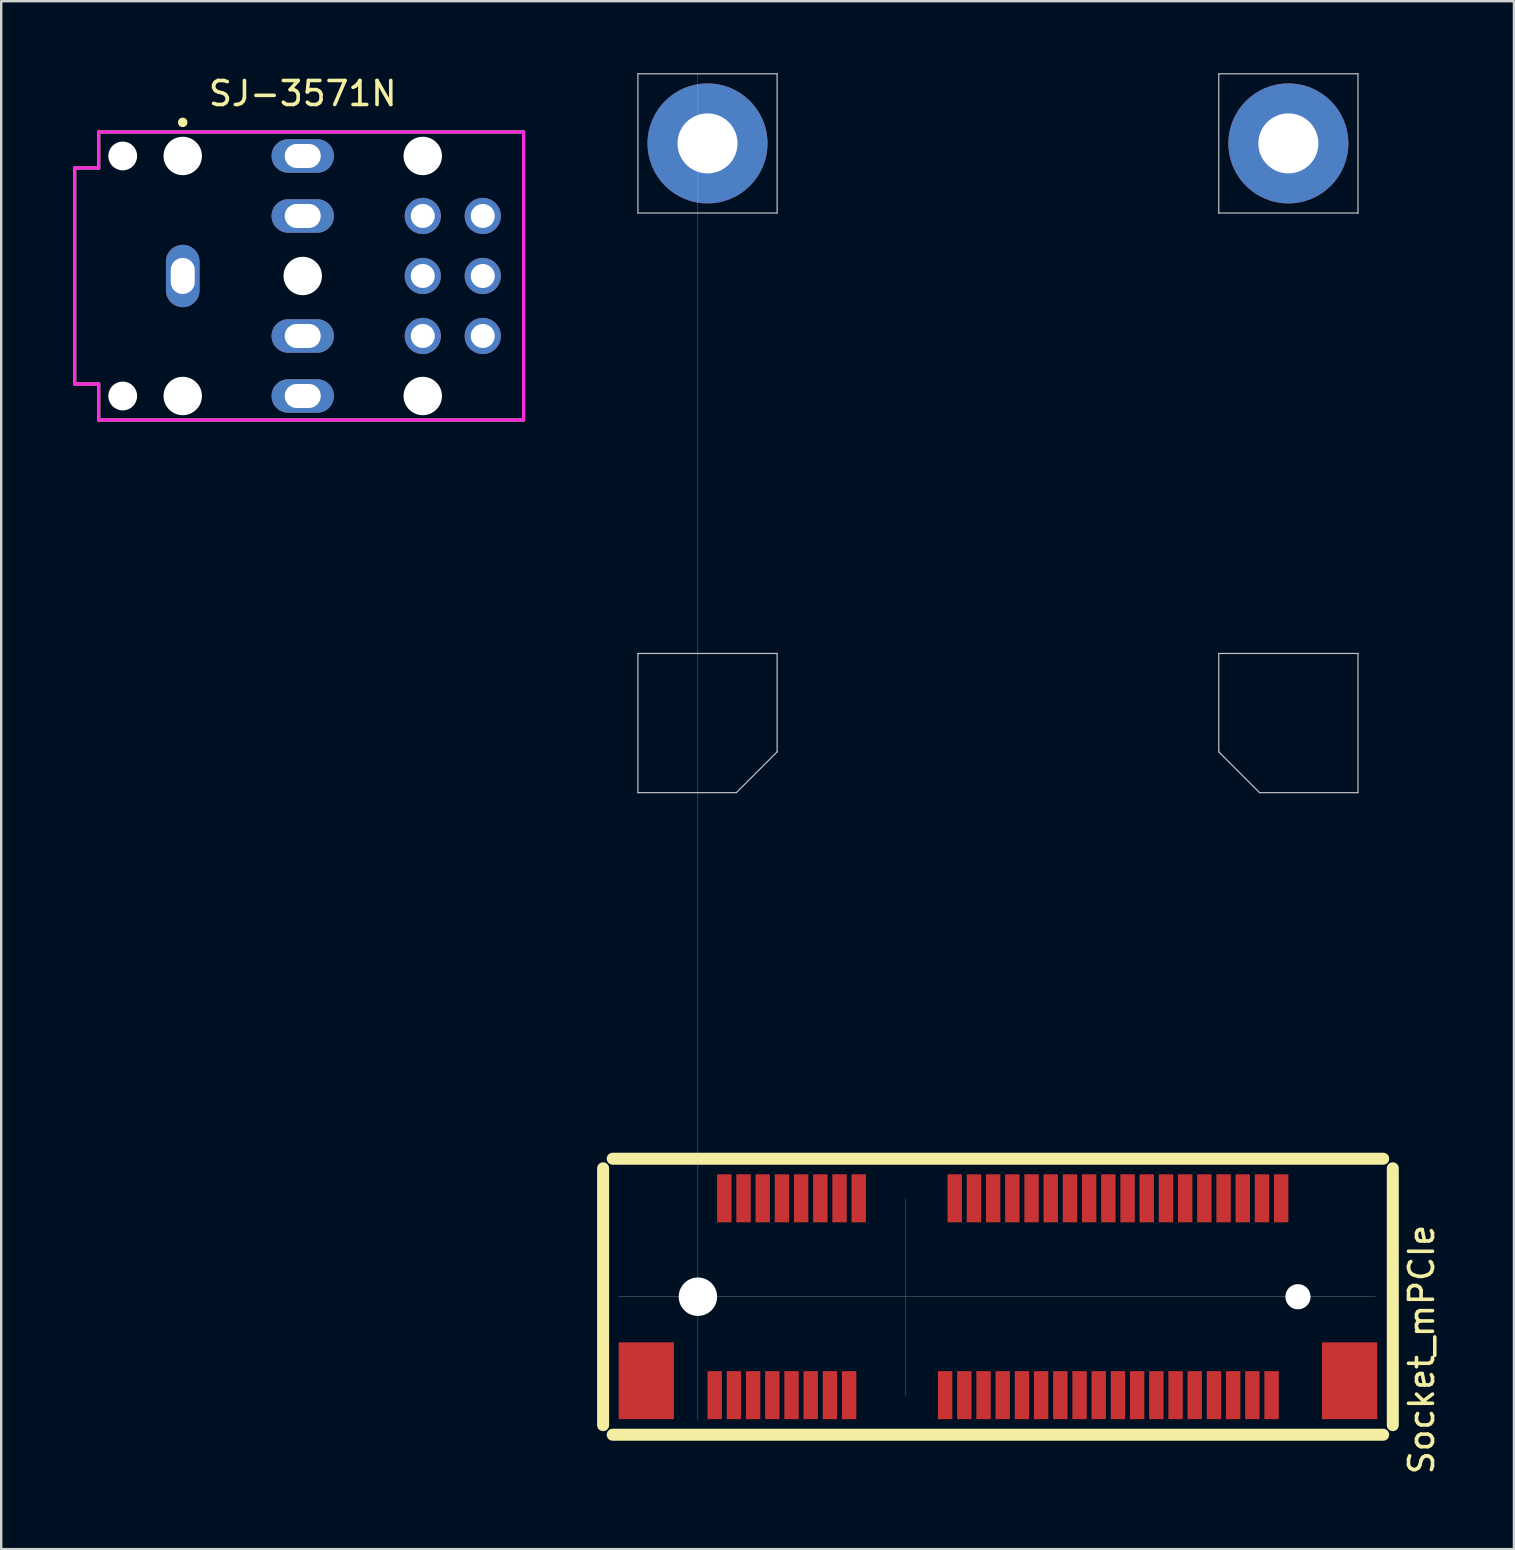
<source format=kicad_pcb>
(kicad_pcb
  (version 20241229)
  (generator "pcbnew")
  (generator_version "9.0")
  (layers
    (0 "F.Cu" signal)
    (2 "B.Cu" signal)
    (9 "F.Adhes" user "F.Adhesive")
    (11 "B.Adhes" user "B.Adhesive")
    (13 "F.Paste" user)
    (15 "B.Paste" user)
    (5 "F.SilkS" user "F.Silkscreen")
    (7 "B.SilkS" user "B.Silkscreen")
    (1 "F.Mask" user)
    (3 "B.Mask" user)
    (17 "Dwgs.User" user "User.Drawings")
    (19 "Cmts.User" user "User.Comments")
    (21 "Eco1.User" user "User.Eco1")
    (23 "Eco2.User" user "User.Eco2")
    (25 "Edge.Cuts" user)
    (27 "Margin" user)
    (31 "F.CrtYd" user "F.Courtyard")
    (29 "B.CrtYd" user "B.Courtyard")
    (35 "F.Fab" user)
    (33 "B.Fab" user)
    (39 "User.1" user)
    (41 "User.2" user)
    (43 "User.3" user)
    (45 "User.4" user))
  (footprint "Socket_mPCIe"
    (layer "F.Cu")
    (at 26.027 50.975)
    (property "Reference" "Socket_mPCIe" (at 30.15 2.2 90) (layer "F.SilkS") (effects (font (size 1 1) (thickness 0.15))))
    (attr through_hole)
    (fp_line (start -3.95 -5.35) (end -3.95 5.35) (stroke (width 0.5) (type solid)) (layer "F.SilkS"))
    (fp_line (start -3.55 5.75) (end 28.55 5.75) (stroke (width 0.5) (type solid)) (layer "F.SilkS"))
    (fp_line (start 28.55 -5.75) (end -3.55 -5.75) (stroke (width 0.5) (type solid)) (layer "F.SilkS"))
    (fp_line (start 28.95 5.35) (end 28.95 -5.35) (stroke (width 0.5) (type solid)) (layer "F.SilkS"))
    (fp_line (start -3.3 0) (end 28.225 0) (stroke (width 0.01) (type solid)) (layer "Dwgs.User"))
    (fp_line (start -2.5 -50.95) (end -2.5 -45.15) (stroke (width 0.05) (type solid)) (layer "Dwgs.User"))
    (fp_line (start -2.5 -50.95) (end 3.3 -50.95) (stroke (width 0.05) (type solid)) (layer "Dwgs.User"))
    (fp_line (start -2.5 -45.15) (end 3.3 -45.15) (stroke (width 0.05) (type solid)) (layer "Dwgs.User"))
    (fp_line (start -2.5 -26.8) (end -2.5 -21) (stroke (width 0.05) (type solid)) (layer "Dwgs.User"))
    (fp_line (start -2.5 -21) (end 1.6 -21) (stroke (width 0.05) (type solid)) (layer "Dwgs.User"))
    (fp_line (start 0 -50.95) (end 0 5.1) (stroke (width 0.01) (type solid)) (layer "Dwgs.User"))
    (fp_line (start 3.3 -50.95) (end 3.3 -45.15) (stroke (width 0.05) (type solid)) (layer "Dwgs.User"))
    (fp_line (start 3.3 -26.8) (end -2.5 -26.8) (stroke (width 0.05) (type solid)) (layer "Dwgs.User"))
    (fp_line (start 3.3 -22.7) (end 1.6 -21) (stroke (width 0.05) (type solid)) (layer "Dwgs.User"))
    (fp_line (start 3.3 -22.7) (end 3.3 -26.8) (stroke (width 0.05) (type solid)) (layer "Dwgs.User"))
    (fp_line (start 8.65 4.1) (end 8.65 -4.1) (stroke (width 0.01) (type solid)) (layer "Dwgs.User"))
    (fp_line (start 21.7 -50.95) (end 21.7 -45.15) (stroke (width 0.05) (type solid)) (layer "Dwgs.User"))
    (fp_line (start 21.7 -50.95) (end 27.5 -50.95) (stroke (width 0.05) (type solid)) (layer "Dwgs.User"))
    (fp_line (start 21.7 -45.15) (end 27.5 -45.15) (stroke (width 0.05) (type solid)) (layer "Dwgs.User"))
    (fp_line (start 21.7 -26.8) (end 27.5 -26.8) (stroke (width 0.05) (type solid)) (layer "Dwgs.User"))
    (fp_line (start 21.7 -22.7) (end 21.7 -26.8) (stroke (width 0.05) (type solid)) (layer "Dwgs.User"))
    (fp_line (start 21.7 -22.7) (end 23.4 -21) (stroke (width 0.05) (type solid)) (layer "Dwgs.User"))
    (fp_line (start 27.5 -50.95) (end 27.5 -45.15) (stroke (width 0.05) (type solid)) (layer "Dwgs.User"))
    (fp_line (start 27.5 -26.8) (end 27.5 -21) (stroke (width 0.05) (type solid)) (layer "Dwgs.User"))
    (fp_line (start 27.5 -21) (end 23.4 -21) (stroke (width 0.05) (type solid)) (layer "Dwgs.User"))
    (pad "" smd rect (at -2.15 3.5) (size 2.3 3.2) (layers "F.Cu" "F.Mask" "F.Paste"))
    (pad "" np_thru_hole circle (at 0 0) (size 1.6 1.6) (drill 1.6) (layers "*.Cu" "*.Mask"))
    (pad "" thru_hole circle (at 0.4 -48.05) (size 5 5) (drill 2.5) (layers "*.Cu" "*.Mask"))
    (pad "" thru_hole circle (at 24.6 -48.05) (size 5 5) (drill 2.5) (layers "*.Cu" "*.Mask"))
    (pad "" np_thru_hole circle (at 25 0) (size 1.05 1.05) (drill 1.05) (layers "*.Cu" "*.Mask"))
    (pad "" smd rect (at 27.15 3.5) (size 2.3 3.2) (layers "F.Cu" "F.Mask" "F.Paste"))
    (pad "1" smd rect (at 0.7 4.1) (size 0.6 2) (layers "F.Cu" "F.Mask" "F.Paste"))
    (pad "2" smd rect (at 1.1 -4.1) (size 0.6 2) (layers "F.Cu" "F.Mask" "F.Paste"))
    (pad "3" smd rect (at 1.5 4.1) (size 0.6 2) (layers "F.Cu" "F.Mask" "F.Paste"))
    (pad "4" smd rect (at 1.9 -4.1) (size 0.6 2) (layers "F.Cu" "F.Mask" "F.Paste"))
    (pad "5" smd rect (at 2.3 4.1) (size 0.6 2) (layers "F.Cu" "F.Mask" "F.Paste"))
    (pad "6" smd rect (at 2.7 -4.1) (size 0.6 2) (layers "F.Cu" "F.Mask" "F.Paste"))
    (pad "7" smd rect (at 3.1 4.1) (size 0.6 2) (layers "F.Cu" "F.Mask" "F.Paste"))
    (pad "8" smd rect (at 3.5 -4.1) (size 0.6 2) (layers "F.Cu" "F.Mask" "F.Paste"))
    (pad "9" smd rect (at 3.9 4.1) (size 0.6 2) (layers "F.Cu" "F.Mask" "F.Paste"))
    (pad "10" smd rect (at 4.3 -4.1) (size 0.6 2) (layers "F.Cu" "F.Mask" "F.Paste"))
    (pad "11" smd rect (at 4.7 4.1) (size 0.6 2) (layers "F.Cu" "F.Mask" "F.Paste"))
    (pad "12" smd rect (at 5.1 -4.1) (size 0.6 2) (layers "F.Cu" "F.Mask" "F.Paste"))
    (pad "13" smd rect (at 5.5 4.1) (size 0.6 2) (layers "F.Cu" "F.Mask" "F.Paste"))
    (pad "14" smd rect (at 5.9 -4.1) (size 0.6 2) (layers "F.Cu" "F.Mask" "F.Paste"))
    (pad "15" smd rect (at 6.3 4.1) (size 0.6 2) (layers "F.Cu" "F.Mask" "F.Paste"))
    (pad "16" smd rect (at 6.7 -4.1) (size 0.6 2) (layers "F.Cu" "F.Mask" "F.Paste"))
    (pad "17" smd rect (at 10.3 4.1) (size 0.6 2) (layers "F.Cu" "F.Mask" "F.Paste"))
    (pad "18" smd rect (at 10.7 -4.1) (size 0.6 2) (layers "F.Cu" "F.Mask" "F.Paste"))
    (pad "19" smd rect (at 11.1 4.1) (size 0.6 2) (layers "F.Cu" "F.Mask" "F.Paste"))
    (pad "20" smd rect (at 11.5 -4.1) (size 0.6 2) (layers "F.Cu" "F.Mask" "F.Paste"))
    (pad "21" smd rect (at 11.9 4.1) (size 0.6 2) (layers "F.Cu" "F.Mask" "F.Paste"))
    (pad "22" smd rect (at 12.3 -4.1) (size 0.6 2) (layers "F.Cu" "F.Mask" "F.Paste"))
    (pad "23" smd rect (at 12.7 4.1) (size 0.6 2) (layers "F.Cu" "F.Mask" "F.Paste"))
    (pad "24" smd rect (at 13.1 -4.1) (size 0.6 2) (layers "F.Cu" "F.Mask" "F.Paste"))
    (pad "25" smd rect (at 13.5 4.1) (size 0.6 2) (layers "F.Cu" "F.Mask" "F.Paste"))
    (pad "26" smd rect (at 13.9 -4.1) (size 0.6 2) (layers "F.Cu" "F.Mask" "F.Paste"))
    (pad "27" smd rect (at 14.3 4.1) (size 0.6 2) (layers "F.Cu" "F.Mask" "F.Paste"))
    (pad "28" smd rect (at 14.7 -4.1) (size 0.6 2) (layers "F.Cu" "F.Mask" "F.Paste"))
    (pad "29" smd rect (at 15.1 4.1) (size 0.6 2) (layers "F.Cu" "F.Mask" "F.Paste"))
    (pad "30" smd rect (at 15.5 -4.1) (size 0.6 2) (layers "F.Cu" "F.Mask" "F.Paste"))
    (pad "31" smd rect (at 15.9 4.1) (size 0.6 2) (layers "F.Cu" "F.Mask" "F.Paste"))
    (pad "32" smd rect (at 16.3 -4.1) (size 0.6 2) (layers "F.Cu" "F.Mask" "F.Paste"))
    (pad "33" smd rect (at 16.7 4.1) (size 0.6 2) (layers "F.Cu" "F.Mask" "F.Paste"))
    (pad "34" smd rect (at 17.1 -4.1) (size 0.6 2) (layers "F.Cu" "F.Mask" "F.Paste"))
    (pad "35" smd rect (at 17.5 4.1) (size 0.6 2) (layers "F.Cu" "F.Mask" "F.Paste"))
    (pad "36" smd rect (at 17.9 -4.1) (size 0.6 2) (layers "F.Cu" "F.Mask" "F.Paste"))
    (pad "37" smd rect (at 18.3 4.1) (size 0.6 2) (layers "F.Cu" "F.Mask" "F.Paste"))
    (pad "38" smd rect (at 18.7 -4.1) (size 0.6 2) (layers "F.Cu" "F.Mask" "F.Paste"))
    (pad "39" smd rect (at 19.1 4.1) (size 0.6 2) (layers "F.Cu" "F.Mask" "F.Paste"))
    (pad "40" smd rect (at 19.5 -4.1) (size 0.6 2) (layers "F.Cu" "F.Mask" "F.Paste"))
    (pad "41" smd rect (at 19.9 4.1) (size 0.6 2) (layers "F.Cu" "F.Mask" "F.Paste"))
    (pad "42" smd rect (at 20.3 -4.1) (size 0.6 2) (layers "F.Cu" "F.Mask" "F.Paste"))
    (pad "43" smd rect (at 20.7 4.1) (size 0.6 2) (layers "F.Cu" "F.Mask" "F.Paste"))
    (pad "44" smd rect (at 21.1 -4.1) (size 0.6 2) (layers "F.Cu" "F.Mask" "F.Paste"))
    (pad "45" smd rect (at 21.5 4.1) (size 0.6 2) (layers "F.Cu" "F.Mask" "F.Paste"))
    (pad "46" smd rect (at 21.9 -4.1) (size 0.6 2) (layers "F.Cu" "F.Mask" "F.Paste"))
    (pad "47" smd rect (at 22.3 4.1) (size 0.6 2) (layers "F.Cu" "F.Mask" "F.Paste"))
    (pad "48" smd rect (at 22.7 -4.1) (size 0.6 2) (layers "F.Cu" "F.Mask" "F.Paste"))
    (pad "49" smd rect (at 23.1 4.1) (size 0.6 2) (layers "F.Cu" "F.Mask" "F.Paste"))
    (pad "50" smd rect (at 23.5 -4.1) (size 0.6 2) (layers "F.Cu" "F.Mask" "F.Paste"))
    (pad "51" smd rect (at 23.9 4.1) (size 0.6 2) (layers "F.Cu" "F.Mask" "F.Paste"))
    (pad "52" smd rect (at 24.3 -4.1) (size 0.6 2) (layers "F.Cu" "F.Mask" "F.Paste")))
  (footprint "SJ-3571N"
    (layer "F.Cu")
    (at 9.563 8.448)
    (property "Reference" "SJ-3571N" (at 0 -7.6 0) (layer "F.SilkS") (effects (font (size 1 1) (thickness 0.15))))
    (attr through_hole)
    (fp_line (start -9.5 -4.5) (end -9.5 4.5) (stroke (width 0.127) (type solid)) (layer "F.SilkS"))
    (fp_line (start -9.5 4.5) (end -8.5 4.5) (stroke (width 0.127) (type solid)) (layer "F.SilkS"))
    (fp_line (start -8.5 -6) (end -8.5 -4.5) (stroke (width 0.127) (type solid)) (layer "F.SilkS"))
    (fp_line (start -8.5 -4.5) (end -9.5 -4.5) (stroke (width 0.127) (type solid)) (layer "F.SilkS"))
    (fp_line (start -8.5 4.5) (end -8.5 6) (stroke (width 0.127) (type solid)) (layer "F.SilkS"))
    (fp_line (start -8.5 6) (end 9.2 6) (stroke (width 0.127) (type solid)) (layer "F.SilkS"))
    (fp_line (start 9.2 -6) (end -8.5 -6) (stroke (width 0.127) (type solid)) (layer "F.SilkS"))
    (fp_line (start 9.2 -6) (end 9.2 6) (stroke (width 0.127) (type solid)) (layer "F.SilkS"))
    (fp_circle (center -5 -6.4) (end -4.9 -6.4) (stroke (width 0.2) (type solid)) (fill no) (layer "F.SilkS"))
    (fp_line (start -9.5 -4.5) (end -8.5 -4.5) (stroke (width 0.127) (type solid)) (layer "F.CrtYd"))
    (fp_line (start -9.5 4.5) (end -9.5 -4.5) (stroke (width 0.127) (type solid)) (layer "F.CrtYd"))
    (fp_line (start -8.5 -6) (end 9.2 -6) (stroke (width 0.127) (type solid)) (layer "F.CrtYd"))
    (fp_line (start -8.5 -4.5) (end -8.5 -6) (stroke (width 0.127) (type solid)) (layer "F.CrtYd"))
    (fp_line (start -8.5 4.5) (end -9.5 4.5) (stroke (width 0.127) (type solid)) (layer "F.CrtYd"))
    (fp_line (start -8.5 6) (end -8.5 4.5) (stroke (width 0.127) (type solid)) (layer "F.CrtYd"))
    (fp_line (start 9.2 -6) (end 9.2 6) (stroke (width 0.127) (type solid)) (layer "F.CrtYd"))
    (fp_line (start 9.2 6) (end -8.5 6) (stroke (width 0.127) (type solid)) (layer "F.CrtYd"))
    (pad "" np_thru_hole circle (at -7.5 -5) (size 1.2 1.2) (drill 1.2) (layers "*.Cu" "*.Mask"))
    (pad "" np_thru_hole circle (at -7.5 5) (size 1.2 1.2) (drill 1.2) (layers "*.Cu" "*.Mask"))
    (pad "" np_thru_hole circle (at -5 -5) (size 1.6 1.6) (drill 1.6) (layers "*.Cu" "*.Mask"))
    (pad "" np_thru_hole circle (at -5 5) (size 1.6 1.6) (drill 1.6) (layers "*.Cu" "*.Mask"))
    (pad "" np_thru_hole circle (at 0 0) (size 1.6 1.6) (drill 1.6) (layers "*.Cu" "*.Mask"))
    (pad "" np_thru_hole circle (at 5 -5) (size 1.6 1.6) (drill 1.6) (layers "*.Cu" "*.Mask"))
    (pad "" np_thru_hole circle (at 5 5) (size 1.6 1.6) (drill 1.6) (layers "*.Cu" "*.Mask"))
    (pad "1" thru_hole oval (at -5 0 90) (size 2.6 1.4) (drill oval 1.5 1) (layers "*.Cu" "*.Mask"))
    (pad "2" thru_hole oval (at 0 5) (size 2.6 1.4) (drill oval 1.5 1) (layers "*.Cu" "*.Mask"))
    (pad "3" thru_hole oval (at 0 -5) (size 2.6 1.4) (drill oval 1.5 1) (layers "*.Cu" "*.Mask"))
    (pad "4" thru_hole circle (at 5 -2.5) (size 1.508 1.508) (drill 1) (layers "*.Cu" "*.Mask"))
    (pad "5" thru_hole circle (at 5 0) (size 1.508 1.508) (drill 1) (layers "*.Cu" "*.Mask"))
    (pad "6" thru_hole circle (at 5 2.5) (size 1.508 1.508) (drill 1) (layers "*.Cu" "*.Mask"))
    (pad "7" thru_hole circle (at 7.5 -2.5) (size 1.508 1.508) (drill 1) (layers "*.Cu" "*.Mask"))
    (pad "8" thru_hole circle (at 7.5 0) (size 1.508 1.508) (drill 1) (layers "*.Cu" "*.Mask"))
    (pad "9" thru_hole circle (at 7.5 2.5) (size 1.508 1.508) (drill 1) (layers "*.Cu" "*.Mask"))
    (pad "10" thru_hole oval (at 0 2.5) (size 2.6 1.4) (drill oval 1.5 1) (layers "*.Cu" "*.Mask"))
    (pad "11" thru_hole oval (at 0 -2.5) (size 2.6 1.4) (drill oval 1.5 1) (layers "*.Cu" "*.Mask")))
  (gr_rect
    (start -3 -3)
    (end 60.025 61.49)
    (stroke (width 0.1) (type default))
    (fill no)
    (layer "Edge.Cuts")))
</source>
